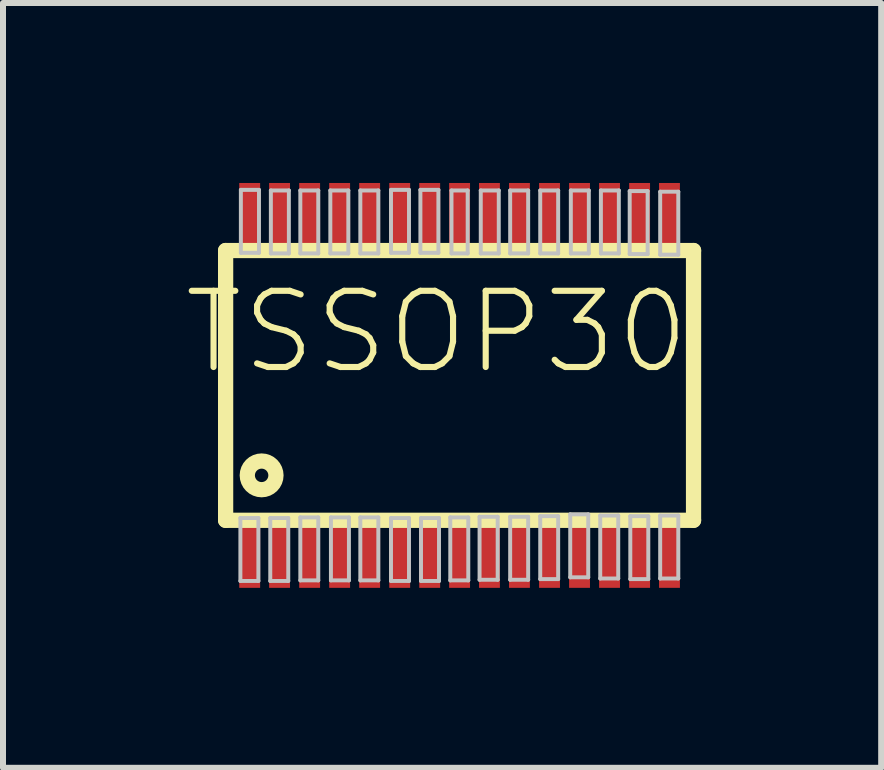
<source format=kicad_pcb>
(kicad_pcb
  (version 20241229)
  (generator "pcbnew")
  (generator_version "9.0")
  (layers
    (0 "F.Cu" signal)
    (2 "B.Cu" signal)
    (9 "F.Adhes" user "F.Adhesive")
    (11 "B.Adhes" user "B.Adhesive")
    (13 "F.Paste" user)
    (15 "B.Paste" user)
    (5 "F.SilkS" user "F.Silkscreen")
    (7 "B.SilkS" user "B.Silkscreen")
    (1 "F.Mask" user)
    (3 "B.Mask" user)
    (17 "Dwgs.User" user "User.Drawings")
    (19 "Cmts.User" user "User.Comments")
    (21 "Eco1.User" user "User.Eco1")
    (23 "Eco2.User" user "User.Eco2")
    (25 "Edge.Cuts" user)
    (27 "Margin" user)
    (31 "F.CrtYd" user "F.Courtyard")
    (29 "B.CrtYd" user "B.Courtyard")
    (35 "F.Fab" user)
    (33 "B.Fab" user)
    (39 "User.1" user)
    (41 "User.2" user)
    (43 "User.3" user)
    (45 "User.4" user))
  (footprint "TSSOP30"
    (layer "F.Cu")
    (at 4.609 3.373)
    (property "Reference" "TSSOP30" (at -0.381 -0.889 0) (layer "F.SilkS") (effects (font (size 1.27 1.27) (thickness 0.102))))
    (attr smd)
    (fp_line (start -3.899 -2.248) (end -3.899 2.248) (stroke (width 0.254) (type solid)) (layer "F.SilkS"))
    (fp_line (start -3.899 2.248) (end 3.899 2.248) (stroke (width 0.254) (type solid)) (layer "F.SilkS"))
    (fp_line (start 3.899 -2.248) (end -3.899 -2.248) (stroke (width 0.254) (type solid)) (layer "F.SilkS"))
    (fp_line (start 3.899 2.248) (end 3.899 -2.248) (stroke (width 0.254) (type solid)) (layer "F.SilkS"))
    (fp_circle (center -3.299 1.499) (end -3.299 1.387) (stroke (width 0.254) (type solid)) (fill no) (layer "F.SilkS"))
    (fp_line (start -3.653 2.21) (end -3.353 2.21) (stroke (width 0.066) (type solid)) (layer "Dwgs.User"))
    (fp_line (start -3.653 3.259) (end -3.653 2.21) (stroke (width 0.066) (type solid)) (layer "Dwgs.User"))
    (fp_line (start -3.653 3.259) (end -3.353 3.259) (stroke (width 0.066) (type solid)) (layer "Dwgs.User"))
    (fp_line (start -3.645 -3.259) (end -3.343 -3.259) (stroke (width 0.066) (type solid)) (layer "Dwgs.User"))
    (fp_line (start -3.645 -2.21) (end -3.645 -3.259) (stroke (width 0.066) (type solid)) (layer "Dwgs.User"))
    (fp_line (start -3.645 -2.21) (end -3.343 -2.21) (stroke (width 0.066) (type solid)) (layer "Dwgs.User"))
    (fp_line (start -3.353 3.259) (end -3.353 2.21) (stroke (width 0.066) (type solid)) (layer "Dwgs.User"))
    (fp_line (start -3.343 -2.21) (end -3.343 -3.259) (stroke (width 0.066) (type solid)) (layer "Dwgs.User"))
    (fp_line (start -3.155 2.21) (end -2.855 2.21) (stroke (width 0.066) (type solid)) (layer "Dwgs.User"))
    (fp_line (start -3.155 3.259) (end -3.155 2.21) (stroke (width 0.066) (type solid)) (layer "Dwgs.User"))
    (fp_line (start -3.155 3.259) (end -2.855 3.259) (stroke (width 0.066) (type solid)) (layer "Dwgs.User"))
    (fp_line (start -3.145 -3.249) (end -2.845 -3.249) (stroke (width 0.066) (type solid)) (layer "Dwgs.User"))
    (fp_line (start -3.145 -2.2) (end -3.145 -3.249) (stroke (width 0.066) (type solid)) (layer "Dwgs.User"))
    (fp_line (start -3.145 -2.2) (end -2.845 -2.2) (stroke (width 0.066) (type solid)) (layer "Dwgs.User"))
    (fp_line (start -2.855 3.259) (end -2.855 2.21) (stroke (width 0.066) (type solid)) (layer "Dwgs.User"))
    (fp_line (start -2.845 -2.2) (end -2.845 -3.249) (stroke (width 0.066) (type solid)) (layer "Dwgs.User"))
    (fp_line (start -2.654 -3.249) (end -2.355 -3.249) (stroke (width 0.066) (type solid)) (layer "Dwgs.User"))
    (fp_line (start -2.654 -2.2) (end -2.654 -3.249) (stroke (width 0.066) (type solid)) (layer "Dwgs.User"))
    (fp_line (start -2.654 -2.2) (end -2.355 -2.2) (stroke (width 0.066) (type solid)) (layer "Dwgs.User"))
    (fp_line (start -2.654 2.2) (end -2.355 2.2) (stroke (width 0.066) (type solid)) (layer "Dwgs.User"))
    (fp_line (start -2.654 3.249) (end -2.654 2.2) (stroke (width 0.066) (type solid)) (layer "Dwgs.User"))
    (fp_line (start -2.654 3.249) (end -2.355 3.249) (stroke (width 0.066) (type solid)) (layer "Dwgs.User"))
    (fp_line (start -2.355 -2.2) (end -2.355 -3.249) (stroke (width 0.066) (type solid)) (layer "Dwgs.User"))
    (fp_line (start -2.355 3.249) (end -2.355 2.2) (stroke (width 0.066) (type solid)) (layer "Dwgs.User"))
    (fp_line (start -2.154 -3.249) (end -1.854 -3.249) (stroke (width 0.066) (type solid)) (layer "Dwgs.User"))
    (fp_line (start -2.154 -2.2) (end -2.154 -3.249) (stroke (width 0.066) (type solid)) (layer "Dwgs.User"))
    (fp_line (start -2.154 -2.2) (end -1.854 -2.2) (stroke (width 0.066) (type solid)) (layer "Dwgs.User"))
    (fp_line (start -2.144 2.2) (end -1.844 2.2) (stroke (width 0.066) (type solid)) (layer "Dwgs.User"))
    (fp_line (start -2.144 3.249) (end -2.144 2.2) (stroke (width 0.066) (type solid)) (layer "Dwgs.User"))
    (fp_line (start -2.144 3.249) (end -1.844 3.249) (stroke (width 0.066) (type solid)) (layer "Dwgs.User"))
    (fp_line (start -1.854 -2.2) (end -1.854 -3.249) (stroke (width 0.066) (type solid)) (layer "Dwgs.User"))
    (fp_line (start -1.844 3.249) (end -1.844 2.2) (stroke (width 0.066) (type solid)) (layer "Dwgs.User"))
    (fp_line (start -1.654 -3.249) (end -1.354 -3.249) (stroke (width 0.066) (type solid)) (layer "Dwgs.User"))
    (fp_line (start -1.654 -2.2) (end -1.654 -3.249) (stroke (width 0.066) (type solid)) (layer "Dwgs.User"))
    (fp_line (start -1.654 -2.2) (end -1.354 -2.2) (stroke (width 0.066) (type solid)) (layer "Dwgs.User"))
    (fp_line (start -1.654 2.2) (end -1.354 2.2) (stroke (width 0.066) (type solid)) (layer "Dwgs.User"))
    (fp_line (start -1.654 3.249) (end -1.654 2.2) (stroke (width 0.066) (type solid)) (layer "Dwgs.User"))
    (fp_line (start -1.654 3.249) (end -1.354 3.249) (stroke (width 0.066) (type solid)) (layer "Dwgs.User"))
    (fp_line (start -1.354 -2.2) (end -1.354 -3.249) (stroke (width 0.066) (type solid)) (layer "Dwgs.User"))
    (fp_line (start -1.354 3.249) (end -1.354 2.2) (stroke (width 0.066) (type solid)) (layer "Dwgs.User"))
    (fp_line (start -1.143 -3.259) (end -0.843 -3.259) (stroke (width 0.066) (type solid)) (layer "Dwgs.User"))
    (fp_line (start -1.143 -2.21) (end -1.143 -3.259) (stroke (width 0.066) (type solid)) (layer "Dwgs.User"))
    (fp_line (start -1.143 -2.21) (end -0.843 -2.21) (stroke (width 0.066) (type solid)) (layer "Dwgs.User"))
    (fp_line (start -1.143 2.21) (end -0.843 2.21) (stroke (width 0.066) (type solid)) (layer "Dwgs.User"))
    (fp_line (start -1.143 3.259) (end -1.143 2.21) (stroke (width 0.066) (type solid)) (layer "Dwgs.User"))
    (fp_line (start -1.143 3.259) (end -0.843 3.259) (stroke (width 0.066) (type solid)) (layer "Dwgs.User"))
    (fp_line (start -0.843 -2.21) (end -0.843 -3.259) (stroke (width 0.066) (type solid)) (layer "Dwgs.User"))
    (fp_line (start -0.843 3.259) (end -0.843 2.21) (stroke (width 0.066) (type solid)) (layer "Dwgs.User"))
    (fp_line (start -0.653 -3.259) (end -0.353 -3.259) (stroke (width 0.066) (type solid)) (layer "Dwgs.User"))
    (fp_line (start -0.653 -2.21) (end -0.653 -3.259) (stroke (width 0.066) (type solid)) (layer "Dwgs.User"))
    (fp_line (start -0.653 -2.21) (end -0.353 -2.21) (stroke (width 0.066) (type solid)) (layer "Dwgs.User"))
    (fp_line (start -0.643 2.21) (end -0.343 2.21) (stroke (width 0.066) (type solid)) (layer "Dwgs.User"))
    (fp_line (start -0.643 3.259) (end -0.643 2.21) (stroke (width 0.066) (type solid)) (layer "Dwgs.User"))
    (fp_line (start -0.643 3.259) (end -0.343 3.259) (stroke (width 0.066) (type solid)) (layer "Dwgs.User"))
    (fp_line (start -0.353 -2.21) (end -0.353 -3.259) (stroke (width 0.066) (type solid)) (layer "Dwgs.User"))
    (fp_line (start -0.343 3.259) (end -0.343 2.21) (stroke (width 0.066) (type solid)) (layer "Dwgs.User"))
    (fp_line (start -0.155 2.2) (end 0.145 2.2) (stroke (width 0.066) (type solid)) (layer "Dwgs.User"))
    (fp_line (start -0.155 3.249) (end -0.155 2.2) (stroke (width 0.066) (type solid)) (layer "Dwgs.User"))
    (fp_line (start -0.155 3.249) (end 0.145 3.249) (stroke (width 0.066) (type solid)) (layer "Dwgs.User"))
    (fp_line (start -0.135 -3.249) (end 0.135 -3.249) (stroke (width 0.066) (type solid)) (layer "Dwgs.User"))
    (fp_line (start -0.135 -2.2) (end -0.135 -3.249) (stroke (width 0.066) (type solid)) (layer "Dwgs.User"))
    (fp_line (start -0.135 -2.2) (end 0.135 -2.2) (stroke (width 0.066) (type solid)) (layer "Dwgs.User"))
    (fp_line (start 0.135 -2.2) (end 0.135 -3.249) (stroke (width 0.066) (type solid)) (layer "Dwgs.User"))
    (fp_line (start 0.145 3.249) (end 0.145 2.2) (stroke (width 0.066) (type solid)) (layer "Dwgs.User"))
    (fp_line (start 0.333 2.189) (end 0.635 2.189) (stroke (width 0.066) (type solid)) (layer "Dwgs.User"))
    (fp_line (start 0.333 3.239) (end 0.333 2.189) (stroke (width 0.066) (type solid)) (layer "Dwgs.User"))
    (fp_line (start 0.333 3.239) (end 0.635 3.239) (stroke (width 0.066) (type solid)) (layer "Dwgs.User"))
    (fp_line (start 0.353 -3.249) (end 0.653 -3.249) (stroke (width 0.066) (type solid)) (layer "Dwgs.User"))
    (fp_line (start 0.353 -2.2) (end 0.353 -3.249) (stroke (width 0.066) (type solid)) (layer "Dwgs.User"))
    (fp_line (start 0.353 -2.2) (end 0.653 -2.2) (stroke (width 0.066) (type solid)) (layer "Dwgs.User"))
    (fp_line (start 0.635 3.239) (end 0.635 2.189) (stroke (width 0.066) (type solid)) (layer "Dwgs.User"))
    (fp_line (start 0.653 -2.2) (end 0.653 -3.249) (stroke (width 0.066) (type solid)) (layer "Dwgs.User"))
    (fp_line (start 0.843 -3.249) (end 1.143 -3.249) (stroke (width 0.066) (type solid)) (layer "Dwgs.User"))
    (fp_line (start 0.843 -2.2) (end 0.843 -3.249) (stroke (width 0.066) (type solid)) (layer "Dwgs.User"))
    (fp_line (start 0.843 -2.2) (end 1.143 -2.2) (stroke (width 0.066) (type solid)) (layer "Dwgs.User"))
    (fp_line (start 0.843 2.189) (end 1.143 2.189) (stroke (width 0.066) (type solid)) (layer "Dwgs.User"))
    (fp_line (start 0.843 3.239) (end 0.843 2.189) (stroke (width 0.066) (type solid)) (layer "Dwgs.User"))
    (fp_line (start 0.843 3.239) (end 1.143 3.239) (stroke (width 0.066) (type solid)) (layer "Dwgs.User"))
    (fp_line (start 1.143 -2.2) (end 1.143 -3.249) (stroke (width 0.066) (type solid)) (layer "Dwgs.User"))
    (fp_line (start 1.143 3.239) (end 1.143 2.189) (stroke (width 0.066) (type solid)) (layer "Dwgs.User"))
    (fp_line (start 1.344 -3.249) (end 1.643 -3.249) (stroke (width 0.066) (type solid)) (layer "Dwgs.User"))
    (fp_line (start 1.344 -2.2) (end 1.344 -3.249) (stroke (width 0.066) (type solid)) (layer "Dwgs.User"))
    (fp_line (start 1.344 -2.2) (end 1.643 -2.2) (stroke (width 0.066) (type solid)) (layer "Dwgs.User"))
    (fp_line (start 1.344 2.179) (end 1.643 2.179) (stroke (width 0.066) (type solid)) (layer "Dwgs.User"))
    (fp_line (start 1.344 3.228) (end 1.344 2.179) (stroke (width 0.066) (type solid)) (layer "Dwgs.User"))
    (fp_line (start 1.344 3.228) (end 1.643 3.228) (stroke (width 0.066) (type solid)) (layer "Dwgs.User"))
    (fp_line (start 1.643 -2.2) (end 1.643 -3.249) (stroke (width 0.066) (type solid)) (layer "Dwgs.User"))
    (fp_line (start 1.643 3.228) (end 1.643 2.179) (stroke (width 0.066) (type solid)) (layer "Dwgs.User"))
    (fp_line (start 1.844 2.149) (end 2.144 2.149) (stroke (width 0.066) (type solid)) (layer "Dwgs.User"))
    (fp_line (start 1.844 3.198) (end 1.844 2.149) (stroke (width 0.066) (type solid)) (layer "Dwgs.User"))
    (fp_line (start 1.844 3.198) (end 2.144 3.198) (stroke (width 0.066) (type solid)) (layer "Dwgs.User"))
    (fp_line (start 1.854 -3.249) (end 2.154 -3.249) (stroke (width 0.066) (type solid)) (layer "Dwgs.User"))
    (fp_line (start 1.854 -2.2) (end 1.854 -3.249) (stroke (width 0.066) (type solid)) (layer "Dwgs.User"))
    (fp_line (start 1.854 -2.2) (end 2.154 -2.2) (stroke (width 0.066) (type solid)) (layer "Dwgs.User"))
    (fp_line (start 2.144 3.198) (end 2.144 2.149) (stroke (width 0.066) (type solid)) (layer "Dwgs.User"))
    (fp_line (start 2.154 -2.2) (end 2.154 -3.249) (stroke (width 0.066) (type solid)) (layer "Dwgs.User"))
    (fp_line (start 2.344 2.169) (end 2.644 2.169) (stroke (width 0.066) (type solid)) (layer "Dwgs.User"))
    (fp_line (start 2.344 3.218) (end 2.344 2.169) (stroke (width 0.066) (type solid)) (layer "Dwgs.User"))
    (fp_line (start 2.344 3.218) (end 2.644 3.218) (stroke (width 0.066) (type solid)) (layer "Dwgs.User"))
    (fp_line (start 2.355 -3.249) (end 2.654 -3.249) (stroke (width 0.066) (type solid)) (layer "Dwgs.User"))
    (fp_line (start 2.355 -2.2) (end 2.355 -3.249) (stroke (width 0.066) (type solid)) (layer "Dwgs.User"))
    (fp_line (start 2.355 -2.2) (end 2.654 -2.2) (stroke (width 0.066) (type solid)) (layer "Dwgs.User"))
    (fp_line (start 2.644 3.218) (end 2.644 2.169) (stroke (width 0.066) (type solid)) (layer "Dwgs.User"))
    (fp_line (start 2.654 -2.2) (end 2.654 -3.249) (stroke (width 0.066) (type solid)) (layer "Dwgs.User"))
    (fp_line (start 2.835 -3.239) (end 3.134 -3.239) (stroke (width 0.066) (type solid)) (layer "Dwgs.User"))
    (fp_line (start 2.835 -2.189) (end 2.835 -3.239) (stroke (width 0.066) (type solid)) (layer "Dwgs.User"))
    (fp_line (start 2.835 -2.189) (end 3.134 -2.189) (stroke (width 0.066) (type solid)) (layer "Dwgs.User"))
    (fp_line (start 2.845 2.179) (end 3.145 2.179) (stroke (width 0.066) (type solid)) (layer "Dwgs.User"))
    (fp_line (start 2.845 3.228) (end 2.845 2.179) (stroke (width 0.066) (type solid)) (layer "Dwgs.User"))
    (fp_line (start 2.845 3.228) (end 3.145 3.228) (stroke (width 0.066) (type solid)) (layer "Dwgs.User"))
    (fp_line (start 3.134 -2.189) (end 3.134 -3.239) (stroke (width 0.066) (type solid)) (layer "Dwgs.User"))
    (fp_line (start 3.145 3.228) (end 3.145 2.179) (stroke (width 0.066) (type solid)) (layer "Dwgs.User"))
    (fp_line (start 3.343 -3.228) (end 3.645 -3.228) (stroke (width 0.066) (type solid)) (layer "Dwgs.User"))
    (fp_line (start 3.343 -2.179) (end 3.343 -3.228) (stroke (width 0.066) (type solid)) (layer "Dwgs.User"))
    (fp_line (start 3.343 -2.179) (end 3.645 -2.179) (stroke (width 0.066) (type solid)) (layer "Dwgs.User"))
    (fp_line (start 3.343 2.169) (end 3.645 2.169) (stroke (width 0.066) (type solid)) (layer "Dwgs.User"))
    (fp_line (start 3.343 3.218) (end 3.343 2.169) (stroke (width 0.066) (type solid)) (layer "Dwgs.User"))
    (fp_line (start 3.343 3.218) (end 3.645 3.218) (stroke (width 0.066) (type solid)) (layer "Dwgs.User"))
    (fp_line (start 3.645 -2.179) (end 3.645 -3.228) (stroke (width 0.066) (type solid)) (layer "Dwgs.User"))
    (fp_line (start 3.645 3.218) (end 3.645 2.169) (stroke (width 0.066) (type solid)) (layer "Dwgs.User"))
    (pad "1" smd rect (at -3.498 2.774) (size 0.348 1.199) (layers "F.Cu" "F.Mask" "F.Paste"))
    (pad "2" smd rect (at -3 2.774) (size 0.348 1.199) (layers "F.Cu" "F.Mask" "F.Paste"))
    (pad "3" smd rect (at -2.499 2.774) (size 0.348 1.199) (layers "F.Cu" "F.Mask" "F.Paste"))
    (pad "4" smd rect (at -1.999 2.774) (size 0.348 1.199) (layers "F.Cu" "F.Mask" "F.Paste"))
    (pad "5" smd rect (at -1.499 2.774) (size 0.348 1.199) (layers "F.Cu" "F.Mask" "F.Paste"))
    (pad "6" smd rect (at -0.998 2.774) (size 0.348 1.199) (layers "F.Cu" "F.Mask" "F.Paste"))
    (pad "7" smd rect (at -0.498 2.774) (size 0.348 1.199) (layers "F.Cu" "F.Mask" "F.Paste"))
    (pad "8" smd rect (at 0 2.774) (size 0.348 1.199) (layers "F.Cu" "F.Mask" "F.Paste"))
    (pad "9" smd rect (at 0.498 2.774) (size 0.348 1.199) (layers "F.Cu" "F.Mask" "F.Paste"))
    (pad "10" smd rect (at 0.998 2.774) (size 0.348 1.199) (layers "F.Cu" "F.Mask" "F.Paste"))
    (pad "11" smd rect (at 1.499 2.774) (size 0.348 1.199) (layers "F.Cu" "F.Mask" "F.Paste"))
    (pad "12" smd rect (at 1.999 2.774) (size 0.348 1.199) (layers "F.Cu" "F.Mask" "F.Paste"))
    (pad "13" smd rect (at 2.499 2.774) (size 0.348 1.199) (layers "F.Cu" "F.Mask" "F.Paste"))
    (pad "14" smd rect (at 3 2.774) (size 0.348 1.199) (layers "F.Cu" "F.Mask" "F.Paste"))
    (pad "15" smd rect (at 3.498 2.774) (size 0.348 1.199) (layers "F.Cu" "F.Mask" "F.Paste"))
    (pad "16" smd rect (at 3.498 -2.774) (size 0.348 1.199) (layers "F.Cu" "F.Mask" "F.Paste"))
    (pad "17" smd rect (at 3 -2.774) (size 0.348 1.199) (layers "F.Cu" "F.Mask" "F.Paste"))
    (pad "18" smd rect (at 2.499 -2.774) (size 0.348 1.199) (layers "F.Cu" "F.Mask" "F.Paste"))
    (pad "19" smd rect (at 1.999 -2.774) (size 0.348 1.199) (layers "F.Cu" "F.Mask" "F.Paste"))
    (pad "20" smd rect (at 1.499 -2.774) (size 0.348 1.199) (layers "F.Cu" "F.Mask" "F.Paste"))
    (pad "21" smd rect (at 0.998 -2.774) (size 0.348 1.199) (layers "F.Cu" "F.Mask" "F.Paste"))
    (pad "22" smd rect (at 0.498 -2.774) (size 0.348 1.199) (layers "F.Cu" "F.Mask" "F.Paste"))
    (pad "23" smd rect (at 0 -2.774) (size 0.348 1.199) (layers "F.Cu" "F.Mask" "F.Paste"))
    (pad "24" smd rect (at -0.498 -2.774) (size 0.348 1.199) (layers "F.Cu" "F.Mask" "F.Paste"))
    (pad "25" smd rect (at -0.998 -2.774) (size 0.348 1.199) (layers "F.Cu" "F.Mask" "F.Paste"))
    (pad "26" smd rect (at -1.499 -2.774) (size 0.348 1.199) (layers "F.Cu" "F.Mask" "F.Paste"))
    (pad "27" smd rect (at -1.999 -2.774) (size 0.348 1.199) (layers "F.Cu" "F.Mask" "F.Paste"))
    (pad "28" smd rect (at -2.499 -2.774) (size 0.348 1.199) (layers "F.Cu" "F.Mask" "F.Paste"))
    (pad "29" smd rect (at -3 -2.774) (size 0.348 1.199) (layers "F.Cu" "F.Mask" "F.Paste"))
    (pad "30" smd rect (at -3.498 -2.774) (size 0.348 1.199) (layers "F.Cu" "F.Mask" "F.Paste")))
  (gr_rect
    (start -3 -3)
    (end 11.635 9.746)
    (stroke (width 0.1) (type default))
    (fill no)
    (layer "Edge.Cuts")))
</source>
